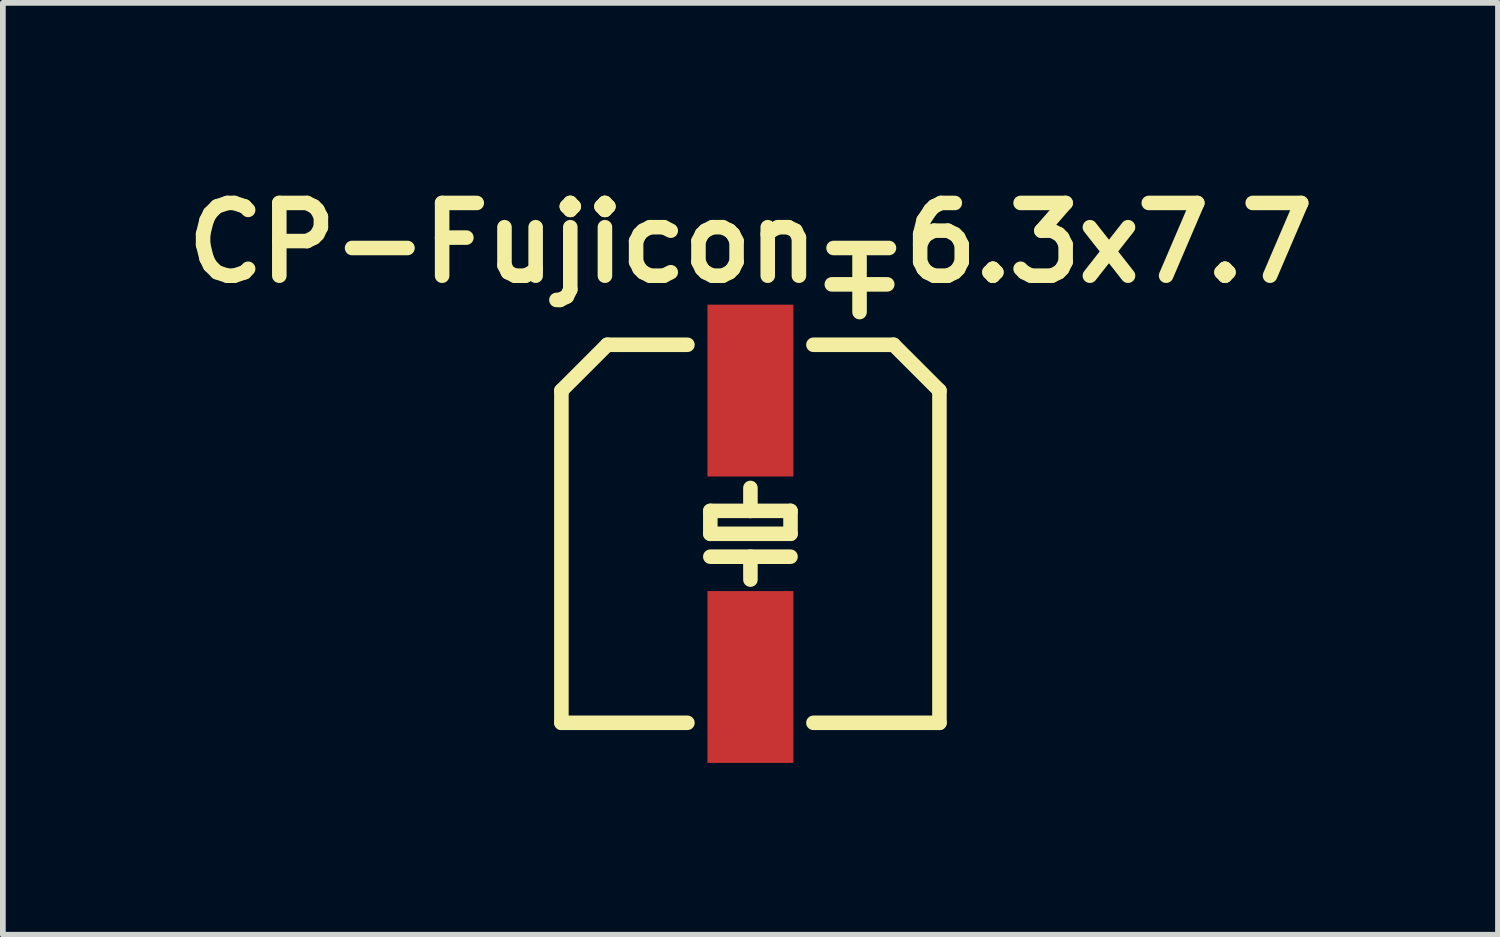
<source format=kicad_pcb>
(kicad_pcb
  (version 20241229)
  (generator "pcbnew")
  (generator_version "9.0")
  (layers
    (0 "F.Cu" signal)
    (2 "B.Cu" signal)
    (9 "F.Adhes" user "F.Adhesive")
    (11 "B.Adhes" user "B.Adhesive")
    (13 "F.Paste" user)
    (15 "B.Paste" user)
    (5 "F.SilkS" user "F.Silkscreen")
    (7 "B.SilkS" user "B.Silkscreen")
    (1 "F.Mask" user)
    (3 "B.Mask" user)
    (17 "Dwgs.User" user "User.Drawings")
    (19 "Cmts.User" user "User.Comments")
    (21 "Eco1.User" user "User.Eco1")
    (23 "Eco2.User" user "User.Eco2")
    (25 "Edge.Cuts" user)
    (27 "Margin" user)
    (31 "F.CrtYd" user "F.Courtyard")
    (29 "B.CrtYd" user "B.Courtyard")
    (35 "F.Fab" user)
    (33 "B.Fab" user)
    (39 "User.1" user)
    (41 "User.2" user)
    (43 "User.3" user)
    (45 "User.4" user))
  (footprint "CP-Fujicon-6.3x7.7"
    (layer "F.Cu")
    (at 10.051 6.269)
    (property "Reference" "CP-Fujicon-6.3x7.7" (at 0 -5.08 0) (layer "F.SilkS") (effects (font (size 1.27 1.27) (thickness 0.254))))
    (attr smd)
    (fp_line (start -3.3 -2.5) (end -3.3 3.3) (stroke (width 0.254) (type solid)) (layer "F.SilkS"))
    (fp_line (start -3.3 -2.5) (end -2.5 -3.3) (stroke (width 0.254) (type solid)) (layer "F.SilkS"))
    (fp_line (start -3.3 3.3) (end -1.1 3.3) (stroke (width 0.254) (type solid)) (layer "F.SilkS"))
    (fp_line (start -2.5 -3.3) (end -1.1 -3.3) (stroke (width 0.254) (type solid)) (layer "F.SilkS"))
    (fp_line (start -0.7 -0.4) (end -0.7 0) (stroke (width 0.254) (type solid)) (layer "F.SilkS"))
    (fp_line (start -0.7 0) (end 0.7 0) (stroke (width 0.254) (type solid)) (layer "F.SilkS"))
    (fp_line (start -0.7 0.4) (end 0.7 0.4) (stroke (width 0.254) (type solid)) (layer "F.SilkS"))
    (fp_line (start 0 -0.8) (end 0 -0.4) (stroke (width 0.254) (type solid)) (layer "F.SilkS"))
    (fp_line (start 0 -0.4) (end -0.7 -0.4) (stroke (width 0.254) (type solid)) (layer "F.SilkS"))
    (fp_line (start 0 0.4) (end 0 0.8) (stroke (width 0.254) (type solid)) (layer "F.SilkS"))
    (fp_line (start 0.7 -0.4) (end 0 -0.4) (stroke (width 0.254) (type solid)) (layer "F.SilkS"))
    (fp_line (start 0.7 0) (end 0.7 -0.4) (stroke (width 0.254) (type solid)) (layer "F.SilkS"))
    (fp_line (start 1.1 -3.3) (end 2.5 -3.3) (stroke (width 0.254) (type solid)) (layer "F.SilkS"))
    (fp_line (start 1.1 3.3) (end 3.3 3.3) (stroke (width 0.254) (type solid)) (layer "F.SilkS"))
    (fp_line (start 2.5 -3.3) (end 3.3 -2.5) (stroke (width 0.254) (type solid)) (layer "F.SilkS"))
    (fp_line (start 3.3 -2.5) (end 3.3 3.3) (stroke (width 0.254) (type solid)) (layer "F.SilkS"))
    (fp_text user "+" (at 1.905 -4.445 0) (layer "F.SilkS") (effects (font (size 1.27 1.27) (thickness 0.254))))
    (pad "1" smd rect (at 0 -2.5) (size 1.5 3) (layers "F.Cu" "F.Mask" "F.Paste"))
    (pad "2" smd rect (at 0 2.5) (size 1.5 3) (layers "F.Cu" "F.Mask" "F.Paste")))
  (gr_rect
    (start -3 -3)
    (end 23.102 13.269)
    (stroke (width 0.1) (type default))
    (fill no)
    (layer "Edge.Cuts")))
</source>
